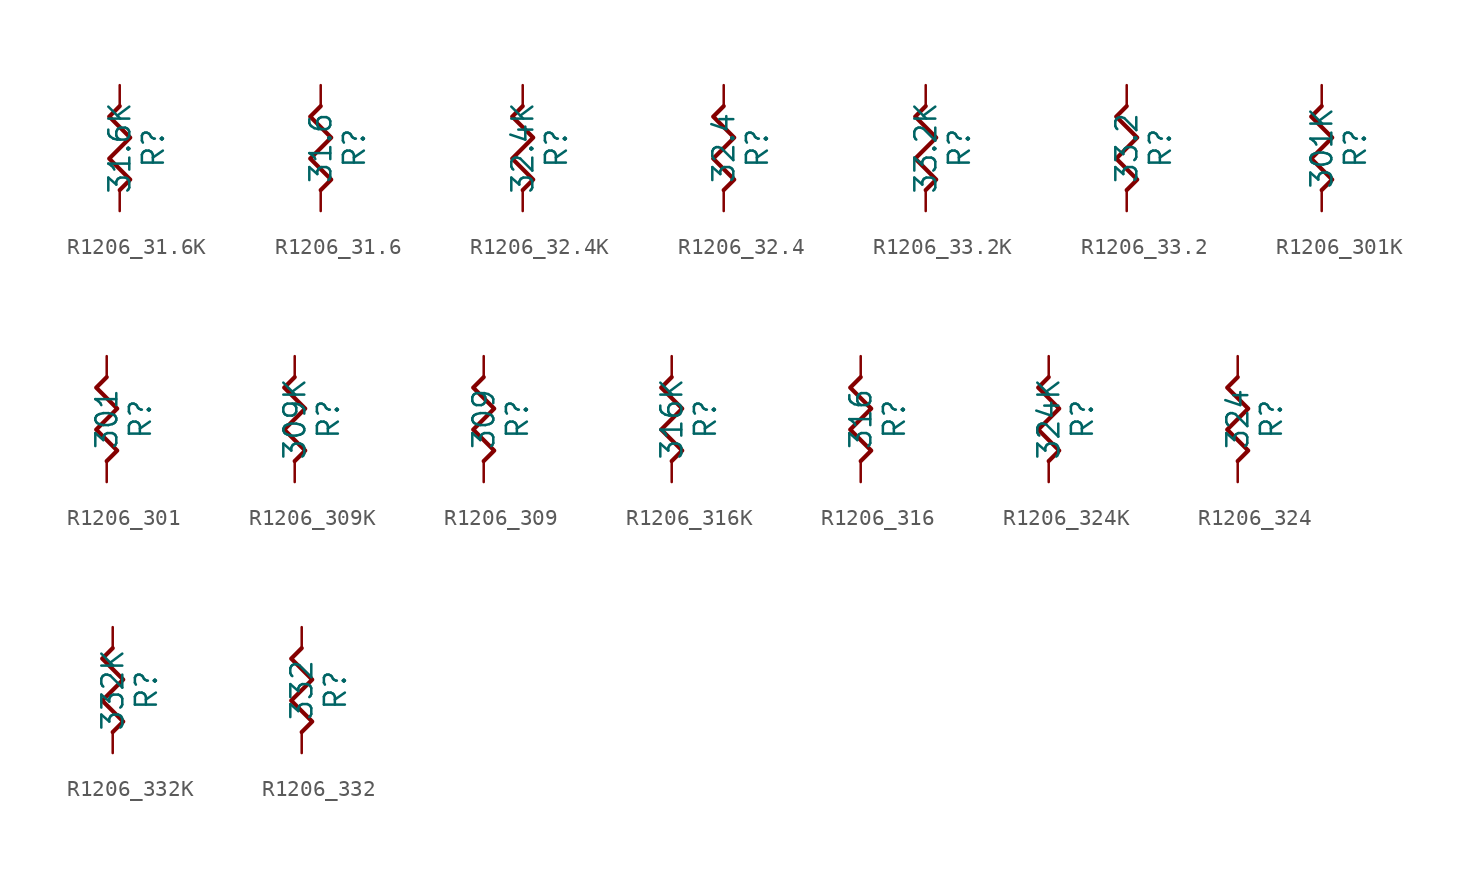
<source format=kicad_sym>
(kicad_symbol_lib
  (version 20211014)
  (generator atlantix-eda)
  (symbol "R1206_31.6K"
    (pin_numbers hide)
    (pin_names
      (offset 0))
    (property "Reference" "R"
      (at 2.032 0 90)
      (effects (font (size 1.27 1.27))))
    (property "Value" "31.6K"
      (at 0 0 90)
      (effects (font (size 1.27 1.27))))
    (symbol "R1206_31.6K_0_1"
      (polyline (pts (xy 0 -2.54) (xy 0.635 -1.905) (xy -0.635 -0.635) (xy 0.635 0.635) (xy -0.635 1.905) (xy 0 2.54)) (stroke (width 0.254) (type default) (color 0 0 0 0)) (fill (type none))))
    (symbol "R1206_31.6K_1_1"
      (pin passive line (at 0 3.81 270) (length 1.27) (name "~" (effects (font (size 1.27 1.27)))) (number "1" (effects (font (size 1.27 1.27)))))
      (pin passive line (at 0 -3.81 90) (length 1.27) (name "~" (effects (font (size 1.27 1.27)))) (number "2" (effects (font (size 1.27 1.27)))))))
  (symbol "R1206_31.6"
    (pin_numbers hide)
    (pin_names
      (offset 0))
    (property "Reference" "R"
      (at 2.032 0 90)
      (effects (font (size 1.27 1.27))))
    (property "Value" "31.6"
      (at 0 0 90)
      (effects (font (size 1.27 1.27))))
    (symbol "R1206_31.6_0_1"
      (polyline (pts (xy 0 -2.54) (xy 0.635 -1.905) (xy -0.635 -0.635) (xy 0.635 0.635) (xy -0.635 1.905) (xy 0 2.54)) (stroke (width 0.254) (type default) (color 0 0 0 0)) (fill (type none))))
    (symbol "R1206_31.6_1_1"
      (pin passive line (at 0 3.81 270) (length 1.27) (name "~" (effects (font (size 1.27 1.27)))) (number "1" (effects (font (size 1.27 1.27)))))
      (pin passive line (at 0 -3.81 90) (length 1.27) (name "~" (effects (font (size 1.27 1.27)))) (number "2" (effects (font (size 1.27 1.27)))))))
  (symbol "R1206_32.4K"
    (pin_numbers hide)
    (pin_names
      (offset 0))
    (property "Reference" "R"
      (at 2.032 0 90)
      (effects (font (size 1.27 1.27))))
    (property "Value" "32.4K"
      (at 0 0 90)
      (effects (font (size 1.27 1.27))))
    (symbol "R1206_32.4K_0_1"
      (polyline (pts (xy 0 -2.54) (xy 0.635 -1.905) (xy -0.635 -0.635) (xy 0.635 0.635) (xy -0.635 1.905) (xy 0 2.54)) (stroke (width 0.254) (type default) (color 0 0 0 0)) (fill (type none))))
    (symbol "R1206_32.4K_1_1"
      (pin passive line (at 0 3.81 270) (length 1.27) (name "~" (effects (font (size 1.27 1.27)))) (number "1" (effects (font (size 1.27 1.27)))))
      (pin passive line (at 0 -3.81 90) (length 1.27) (name "~" (effects (font (size 1.27 1.27)))) (number "2" (effects (font (size 1.27 1.27)))))))
  (symbol "R1206_32.4"
    (pin_numbers hide)
    (pin_names
      (offset 0))
    (property "Reference" "R"
      (at 2.032 0 90)
      (effects (font (size 1.27 1.27))))
    (property "Value" "32.4"
      (at 0 0 90)
      (effects (font (size 1.27 1.27))))
    (symbol "R1206_32.4_0_1"
      (polyline (pts (xy 0 -2.54) (xy 0.635 -1.905) (xy -0.635 -0.635) (xy 0.635 0.635) (xy -0.635 1.905) (xy 0 2.54)) (stroke (width 0.254) (type default) (color 0 0 0 0)) (fill (type none))))
    (symbol "R1206_32.4_1_1"
      (pin passive line (at 0 3.81 270) (length 1.27) (name "~" (effects (font (size 1.27 1.27)))) (number "1" (effects (font (size 1.27 1.27)))))
      (pin passive line (at 0 -3.81 90) (length 1.27) (name "~" (effects (font (size 1.27 1.27)))) (number "2" (effects (font (size 1.27 1.27)))))))
  (symbol "R1206_33.2K"
    (pin_numbers hide)
    (pin_names
      (offset 0))
    (property "Reference" "R"
      (at 2.032 0 90)
      (effects (font (size 1.27 1.27))))
    (property "Value" "33.2K"
      (at 0 0 90)
      (effects (font (size 1.27 1.27))))
    (symbol "R1206_33.2K_0_1"
      (polyline (pts (xy 0 -2.54) (xy 0.635 -1.905) (xy -0.635 -0.635) (xy 0.635 0.635) (xy -0.635 1.905) (xy 0 2.54)) (stroke (width 0.254) (type default) (color 0 0 0 0)) (fill (type none))))
    (symbol "R1206_33.2K_1_1"
      (pin passive line (at 0 3.81 270) (length 1.27) (name "~" (effects (font (size 1.27 1.27)))) (number "1" (effects (font (size 1.27 1.27)))))
      (pin passive line (at 0 -3.81 90) (length 1.27) (name "~" (effects (font (size 1.27 1.27)))) (number "2" (effects (font (size 1.27 1.27)))))))
  (symbol "R1206_33.2"
    (pin_numbers hide)
    (pin_names
      (offset 0))
    (property "Reference" "R"
      (at 2.032 0 90)
      (effects (font (size 1.27 1.27))))
    (property "Value" "33.2"
      (at 0 0 90)
      (effects (font (size 1.27 1.27))))
    (symbol "R1206_33.2_0_1"
      (polyline (pts (xy 0 -2.54) (xy 0.635 -1.905) (xy -0.635 -0.635) (xy 0.635 0.635) (xy -0.635 1.905) (xy 0 2.54)) (stroke (width 0.254) (type default) (color 0 0 0 0)) (fill (type none))))
    (symbol "R1206_33.2_1_1"
      (pin passive line (at 0 3.81 270) (length 1.27) (name "~" (effects (font (size 1.27 1.27)))) (number "1" (effects (font (size 1.27 1.27)))))
      (pin passive line (at 0 -3.81 90) (length 1.27) (name "~" (effects (font (size 1.27 1.27)))) (number "2" (effects (font (size 1.27 1.27)))))))
  (symbol "R1206_301K"
    (pin_numbers hide)
    (pin_names
      (offset 0))
    (property "Reference" "R"
      (at 2.032 0 90)
      (effects (font (size 1.27 1.27))))
    (property "Value" "301K"
      (at 0 0 90)
      (effects (font (size 1.27 1.27))))
    (symbol "R1206_301K_0_1"
      (polyline (pts (xy 0 -2.54) (xy 0.635 -1.905) (xy -0.635 -0.635) (xy 0.635 0.635) (xy -0.635 1.905) (xy 0 2.54)) (stroke (width 0.254) (type default) (color 0 0 0 0)) (fill (type none))))
    (symbol "R1206_301K_1_1"
      (pin passive line (at 0 3.81 270) (length 1.27) (name "~" (effects (font (size 1.27 1.27)))) (number "1" (effects (font (size 1.27 1.27)))))
      (pin passive line (at 0 -3.81 90) (length 1.27) (name "~" (effects (font (size 1.27 1.27)))) (number "2" (effects (font (size 1.27 1.27)))))))
  (symbol "R1206_301"
    (pin_numbers hide)
    (pin_names
      (offset 0))
    (property "Reference" "R"
      (at 2.032 0 90)
      (effects (font (size 1.27 1.27))))
    (property "Value" "301"
      (at 0 0 90)
      (effects (font (size 1.27 1.27))))
    (symbol "R1206_301_0_1"
      (polyline (pts (xy 0 -2.54) (xy 0.635 -1.905) (xy -0.635 -0.635) (xy 0.635 0.635) (xy -0.635 1.905) (xy 0 2.54)) (stroke (width 0.254) (type default) (color 0 0 0 0)) (fill (type none))))
    (symbol "R1206_301_1_1"
      (pin passive line (at 0 3.81 270) (length 1.27) (name "~" (effects (font (size 1.27 1.27)))) (number "1" (effects (font (size 1.27 1.27)))))
      (pin passive line (at 0 -3.81 90) (length 1.27) (name "~" (effects (font (size 1.27 1.27)))) (number "2" (effects (font (size 1.27 1.27)))))))
  (symbol "R1206_309K"
    (pin_numbers hide)
    (pin_names
      (offset 0))
    (property "Reference" "R"
      (at 2.032 0 90)
      (effects (font (size 1.27 1.27))))
    (property "Value" "309K"
      (at 0 0 90)
      (effects (font (size 1.27 1.27))))
    (symbol "R1206_309K_0_1"
      (polyline (pts (xy 0 -2.54) (xy 0.635 -1.905) (xy -0.635 -0.635) (xy 0.635 0.635) (xy -0.635 1.905) (xy 0 2.54)) (stroke (width 0.254) (type default) (color 0 0 0 0)) (fill (type none))))
    (symbol "R1206_309K_1_1"
      (pin passive line (at 0 3.81 270) (length 1.27) (name "~" (effects (font (size 1.27 1.27)))) (number "1" (effects (font (size 1.27 1.27)))))
      (pin passive line (at 0 -3.81 90) (length 1.27) (name "~" (effects (font (size 1.27 1.27)))) (number "2" (effects (font (size 1.27 1.27)))))))
  (symbol "R1206_309"
    (pin_numbers hide)
    (pin_names
      (offset 0))
    (property "Reference" "R"
      (at 2.032 0 90)
      (effects (font (size 1.27 1.27))))
    (property "Value" "309"
      (at 0 0 90)
      (effects (font (size 1.27 1.27))))
    (symbol "R1206_309_0_1"
      (polyline (pts (xy 0 -2.54) (xy 0.635 -1.905) (xy -0.635 -0.635) (xy 0.635 0.635) (xy -0.635 1.905) (xy 0 2.54)) (stroke (width 0.254) (type default) (color 0 0 0 0)) (fill (type none))))
    (symbol "R1206_309_1_1"
      (pin passive line (at 0 3.81 270) (length 1.27) (name "~" (effects (font (size 1.27 1.27)))) (number "1" (effects (font (size 1.27 1.27)))))
      (pin passive line (at 0 -3.81 90) (length 1.27) (name "~" (effects (font (size 1.27 1.27)))) (number "2" (effects (font (size 1.27 1.27)))))))
  (symbol "R1206_316K"
    (pin_numbers hide)
    (pin_names
      (offset 0))
    (property "Reference" "R"
      (at 2.032 0 90)
      (effects (font (size 1.27 1.27))))
    (property "Value" "316K"
      (at 0 0 90)
      (effects (font (size 1.27 1.27))))
    (symbol "R1206_316K_0_1"
      (polyline (pts (xy 0 -2.54) (xy 0.635 -1.905) (xy -0.635 -0.635) (xy 0.635 0.635) (xy -0.635 1.905) (xy 0 2.54)) (stroke (width 0.254) (type default) (color 0 0 0 0)) (fill (type none))))
    (symbol "R1206_316K_1_1"
      (pin passive line (at 0 3.81 270) (length 1.27) (name "~" (effects (font (size 1.27 1.27)))) (number "1" (effects (font (size 1.27 1.27)))))
      (pin passive line (at 0 -3.81 90) (length 1.27) (name "~" (effects (font (size 1.27 1.27)))) (number "2" (effects (font (size 1.27 1.27)))))))
  (symbol "R1206_316"
    (pin_numbers hide)
    (pin_names
      (offset 0))
    (property "Reference" "R"
      (at 2.032 0 90)
      (effects (font (size 1.27 1.27))))
    (property "Value" "316"
      (at 0 0 90)
      (effects (font (size 1.27 1.27))))
    (symbol "R1206_316_0_1"
      (polyline (pts (xy 0 -2.54) (xy 0.635 -1.905) (xy -0.635 -0.635) (xy 0.635 0.635) (xy -0.635 1.905) (xy 0 2.54)) (stroke (width 0.254) (type default) (color 0 0 0 0)) (fill (type none))))
    (symbol "R1206_316_1_1"
      (pin passive line (at 0 3.81 270) (length 1.27) (name "~" (effects (font (size 1.27 1.27)))) (number "1" (effects (font (size 1.27 1.27)))))
      (pin passive line (at 0 -3.81 90) (length 1.27) (name "~" (effects (font (size 1.27 1.27)))) (number "2" (effects (font (size 1.27 1.27)))))))
  (symbol "R1206_324K"
    (pin_numbers hide)
    (pin_names
      (offset 0))
    (property "Reference" "R"
      (at 2.032 0 90)
      (effects (font (size 1.27 1.27))))
    (property "Value" "324K"
      (at 0 0 90)
      (effects (font (size 1.27 1.27))))
    (symbol "R1206_324K_0_1"
      (polyline (pts (xy 0 -2.54) (xy 0.635 -1.905) (xy -0.635 -0.635) (xy 0.635 0.635) (xy -0.635 1.905) (xy 0 2.54)) (stroke (width 0.254) (type default) (color 0 0 0 0)) (fill (type none))))
    (symbol "R1206_324K_1_1"
      (pin passive line (at 0 3.81 270) (length 1.27) (name "~" (effects (font (size 1.27 1.27)))) (number "1" (effects (font (size 1.27 1.27)))))
      (pin passive line (at 0 -3.81 90) (length 1.27) (name "~" (effects (font (size 1.27 1.27)))) (number "2" (effects (font (size 1.27 1.27)))))))
  (symbol "R1206_324"
    (pin_numbers hide)
    (pin_names
      (offset 0))
    (property "Reference" "R"
      (at 2.032 0 90)
      (effects (font (size 1.27 1.27))))
    (property "Value" "324"
      (at 0 0 90)
      (effects (font (size 1.27 1.27))))
    (symbol "R1206_324_0_1"
      (polyline (pts (xy 0 -2.54) (xy 0.635 -1.905) (xy -0.635 -0.635) (xy 0.635 0.635) (xy -0.635 1.905) (xy 0 2.54)) (stroke (width 0.254) (type default) (color 0 0 0 0)) (fill (type none))))
    (symbol "R1206_324_1_1"
      (pin passive line (at 0 3.81 270) (length 1.27) (name "~" (effects (font (size 1.27 1.27)))) (number "1" (effects (font (size 1.27 1.27)))))
      (pin passive line (at 0 -3.81 90) (length 1.27) (name "~" (effects (font (size 1.27 1.27)))) (number "2" (effects (font (size 1.27 1.27)))))))
  (symbol "R1206_332K"
    (pin_numbers hide)
    (pin_names
      (offset 0))
    (property "Reference" "R"
      (at 2.032 0 90)
      (effects (font (size 1.27 1.27))))
    (property "Value" "332K"
      (at 0 0 90)
      (effects (font (size 1.27 1.27))))
    (symbol "R1206_332K_0_1"
      (polyline (pts (xy 0 -2.54) (xy 0.635 -1.905) (xy -0.635 -0.635) (xy 0.635 0.635) (xy -0.635 1.905) (xy 0 2.54)) (stroke (width 0.254) (type default) (color 0 0 0 0)) (fill (type none))))
    (symbol "R1206_332K_1_1"
      (pin passive line (at 0 3.81 270) (length 1.27) (name "~" (effects (font (size 1.27 1.27)))) (number "1" (effects (font (size 1.27 1.27)))))
      (pin passive line (at 0 -3.81 90) (length 1.27) (name "~" (effects (font (size 1.27 1.27)))) (number "2" (effects (font (size 1.27 1.27)))))))
  (symbol "R1206_332"
    (pin_numbers hide)
    (pin_names
      (offset 0))
    (property "Reference" "R"
      (at 2.032 0 90)
      (effects (font (size 1.27 1.27))))
    (property "Value" "332"
      (at 0 0 90)
      (effects (font (size 1.27 1.27))))
    (symbol "R1206_332_0_1"
      (polyline (pts (xy 0 -2.54) (xy 0.635 -1.905) (xy -0.635 -0.635) (xy 0.635 0.635) (xy -0.635 1.905) (xy 0 2.54)) (stroke (width 0.254) (type default) (color 0 0 0 0)) (fill (type none))))
    (symbol "R1206_332_1_1"
      (pin passive line (at 0 3.81 270) (length 1.27) (name "~" (effects (font (size 1.27 1.27)))) (number "1" (effects (font (size 1.27 1.27)))))
      (pin passive line (at 0 -3.81 90) (length 1.27) (name "~" (effects (font (size 1.27 1.27)))) (number "2" (effects (font (size 1.27 1.27))))))))
</source>
